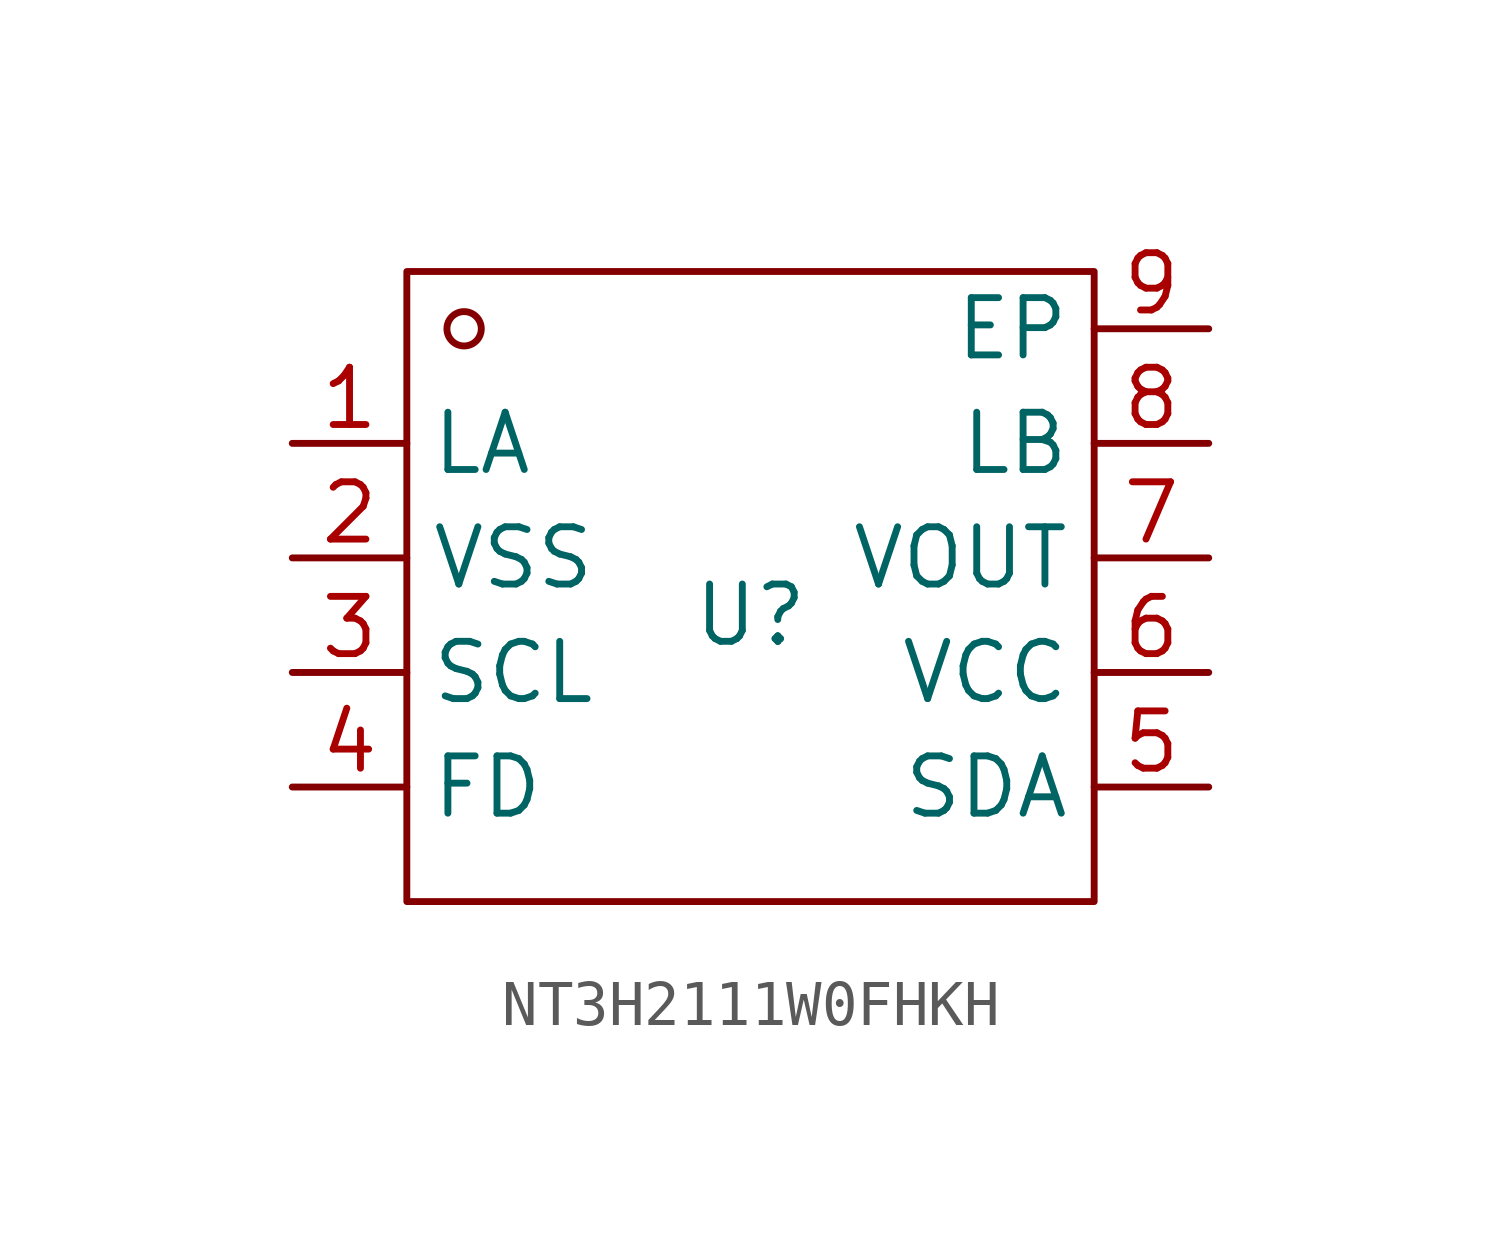
<source format=kicad_sym>
(kicad_symbol_lib
  (version 20231120)
  (generator "kicad_symbol_editor")
  (generator_version "8.0")
  (symbol "NT3H2111W0FHKH"
    (property "Reference" "U"
      (at 0 0 0)
      (effects (font (size 1.27 1.27))))
    (symbol "NT3H2111W0FHKH_1_0"
      (rectangle (start -7.62 -6.35) (end 7.62 7.62) (stroke (width 0) (type default)) (fill (type none)))
      (circle (center -6.35 6.35) (radius 0.381) (stroke (width 0) (type default)) (fill (type none)))
      (pin unspecified line (at -10.16 3.81 0) (length 2.54) (name "LA" (effects (font (size 1.27 1.27)))) (number "1" (effects (font (size 1.27 1.27)))))
      (pin unspecified line (at -10.16 1.27 0) (length 2.54) (name "VSS" (effects (font (size 1.27 1.27)))) (number "2" (effects (font (size 1.27 1.27)))))
      (pin unspecified line (at -10.16 -1.27 0) (length 2.54) (name "SCL" (effects (font (size 1.27 1.27)))) (number "3" (effects (font (size 1.27 1.27)))))
      (pin unspecified line (at -10.16 -3.81 0) (length 2.54) (name "FD" (effects (font (size 1.27 1.27)))) (number "4" (effects (font (size 1.27 1.27)))))
      (pin unspecified line (at 10.16 -3.81 180) (length 2.54) (name "SDA" (effects (font (size 1.27 1.27)))) (number "5" (effects (font (size 1.27 1.27)))))
      (pin unspecified line (at 10.16 -1.27 180) (length 2.54) (name "VCC" (effects (font (size 1.27 1.27)))) (number "6" (effects (font (size 1.27 1.27)))))
      (pin unspecified line (at 10.16 1.27 180) (length 2.54) (name "VOUT" (effects (font (size 1.27 1.27)))) (number "7" (effects (font (size 1.27 1.27)))))
      (pin unspecified line (at 10.16 3.81 180) (length 2.54) (name "LB" (effects (font (size 1.27 1.27)))) (number "8" (effects (font (size 1.27 1.27)))))
      (pin unspecified line (at 10.16 6.35 180) (length 2.54) (name "EP" (effects (font (size 1.27 1.27)))) (number "9" (effects (font (size 1.27 1.27))))))))
</source>
